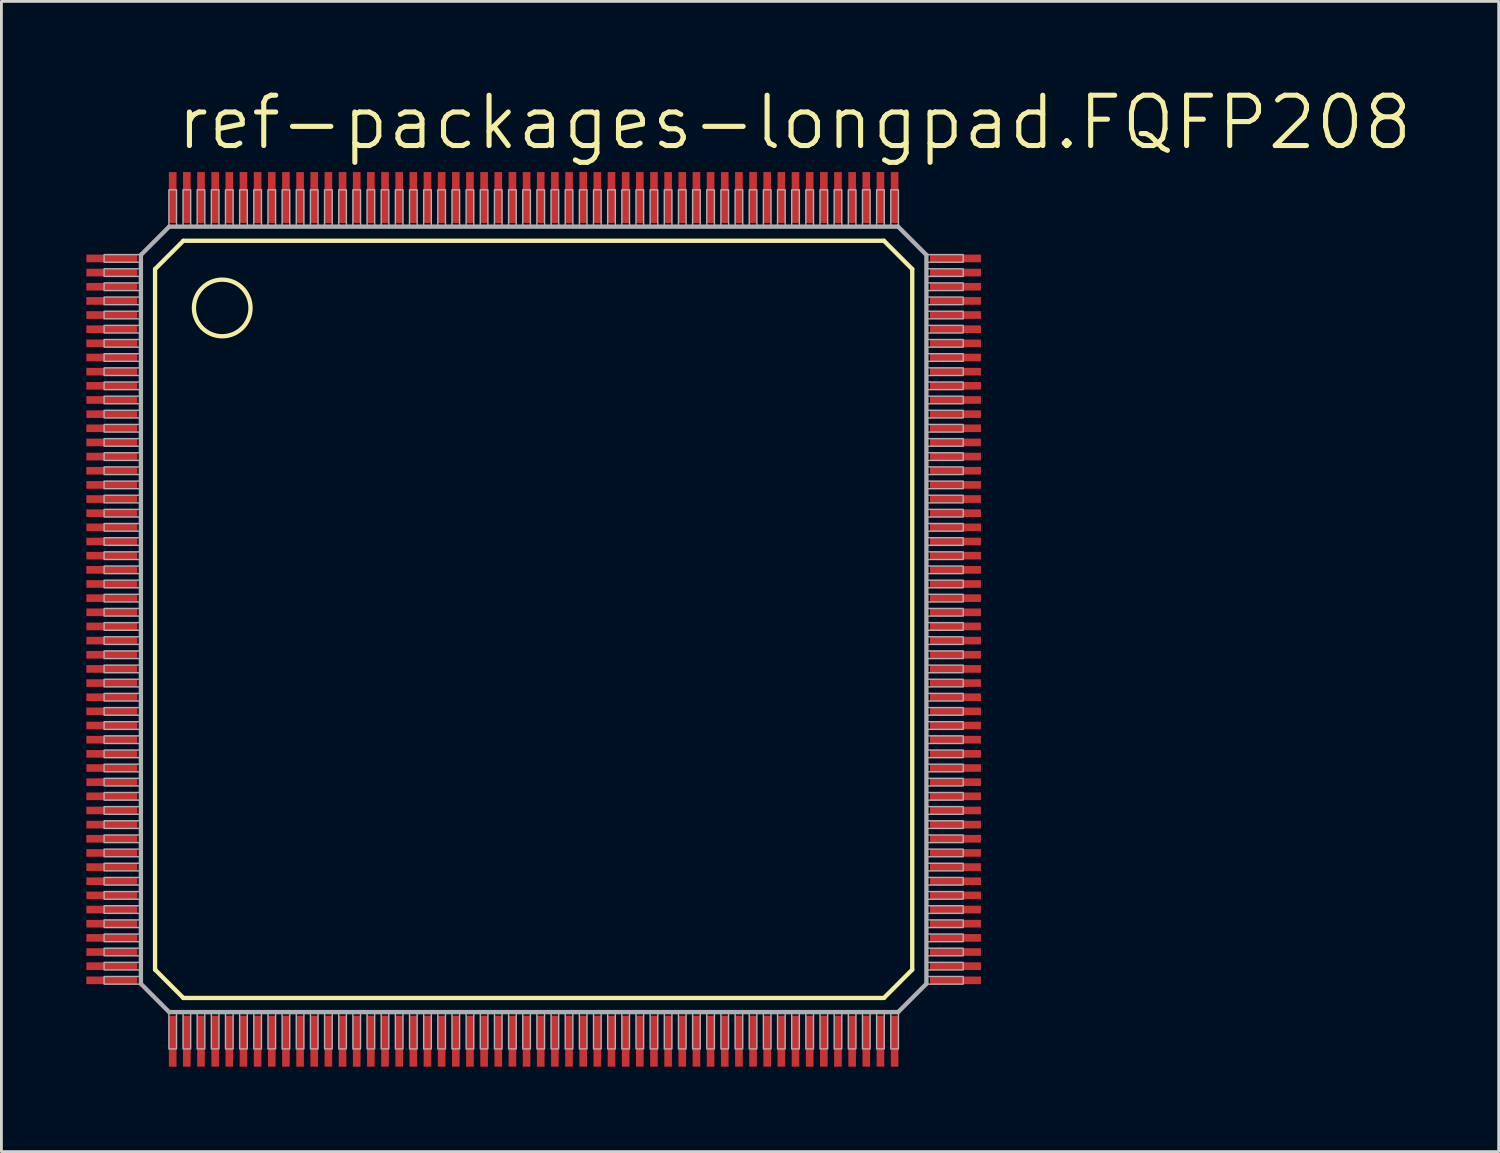
<source format=kicad_pcb>
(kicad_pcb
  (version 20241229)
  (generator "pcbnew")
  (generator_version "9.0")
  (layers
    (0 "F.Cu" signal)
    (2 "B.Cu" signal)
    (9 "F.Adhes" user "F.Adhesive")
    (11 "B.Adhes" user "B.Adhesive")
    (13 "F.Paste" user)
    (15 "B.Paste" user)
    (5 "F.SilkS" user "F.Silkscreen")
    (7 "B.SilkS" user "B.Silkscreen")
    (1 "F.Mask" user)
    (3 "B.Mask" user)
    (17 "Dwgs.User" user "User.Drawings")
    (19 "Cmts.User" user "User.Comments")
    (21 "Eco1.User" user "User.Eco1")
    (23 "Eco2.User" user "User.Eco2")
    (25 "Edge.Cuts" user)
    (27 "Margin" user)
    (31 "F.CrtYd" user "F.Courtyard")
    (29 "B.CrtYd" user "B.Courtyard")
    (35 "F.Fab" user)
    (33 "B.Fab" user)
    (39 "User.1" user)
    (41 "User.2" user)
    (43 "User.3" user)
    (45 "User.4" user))
  (footprint "ref-packages-longpad.FQFP208"
    (layer "F.Cu")
    (at 15.8 18.828)
    (property "Reference" "ref-packages-longpad.FQFP208" (at -12.7 -16.51 0) (layer "F.SilkS") (effects (font (size 1.778 1.778) (thickness 0.18)) (justify left bottom)))
    (attr smd)
    (fp_line (start -13.373 -12.373) (end -12.373 -13.373) (stroke (width 0.152) (type default)) (layer "F.SilkS"))
    (fp_line (start -13.373 12.373) (end -13.373 -12.373) (stroke (width 0.152) (type default)) (layer "F.SilkS"))
    (fp_line (start -12.373 -13.373) (end 12.373 -13.373) (stroke (width 0.152) (type default)) (layer "F.SilkS"))
    (fp_line (start -12.373 13.373) (end -13.373 12.373) (stroke (width 0.152) (type default)) (layer "F.SilkS"))
    (fp_line (start 12.373 -13.373) (end 13.373 -12.373) (stroke (width 0.152) (type default)) (layer "F.SilkS"))
    (fp_line (start 12.373 13.373) (end -12.373 13.373) (stroke (width 0.152) (type default)) (layer "F.SilkS"))
    (fp_line (start 13.373 -12.373) (end 13.373 12.373) (stroke (width 0.152) (type default)) (layer "F.SilkS"))
    (fp_line (start 13.373 12.373) (end 12.373 13.373) (stroke (width 0.152) (type default)) (layer "F.SilkS"))
    (fp_circle (center -11 -11) (end -10 -11) (stroke (width 0.152) (type default)) (fill no) (layer "F.SilkS"))
    (fp_line (start -13.873 -12.873) (end -12.873 -13.873) (stroke (width 0.152) (type default)) (layer "F.Fab"))
    (fp_line (start -13.873 12.873) (end -13.873 -12.873) (stroke (width 0.152) (type default)) (layer "F.Fab"))
    (fp_line (start -12.873 -13.873) (end 12.873 -13.873) (stroke (width 0.152) (type default)) (layer "F.Fab"))
    (fp_line (start -12.873 13.873) (end -13.873 12.873) (stroke (width 0.152) (type default)) (layer "F.Fab"))
    (fp_line (start 12.873 -13.873) (end 13.873 -12.873) (stroke (width 0.152) (type default)) (layer "F.Fab"))
    (fp_line (start 12.873 13.873) (end -12.873 13.873) (stroke (width 0.152) (type default)) (layer "F.Fab"))
    (fp_line (start 13.873 -12.873) (end 13.873 12.873) (stroke (width 0.152) (type default)) (layer "F.Fab"))
    (fp_line (start 13.873 12.873) (end 12.873 13.873) (stroke (width 0.152) (type default)) (layer "F.Fab"))
    (fp_rect (start -15.173 -12.615) (end -13.873 -12.885) (stroke (width 0.05) (type default)) (fill no) (layer "F.Fab"))
    (fp_rect (start -15.173 -12.115) (end -13.873 -12.385) (stroke (width 0.05) (type default)) (fill no) (layer "F.Fab"))
    (fp_rect (start -15.173 -11.615) (end -13.873 -11.885) (stroke (width 0.05) (type default)) (fill no) (layer "F.Fab"))
    (fp_rect (start -15.173 -11.115) (end -13.873 -11.385) (stroke (width 0.05) (type default)) (fill no) (layer "F.Fab"))
    (fp_rect (start -15.173 -10.615) (end -13.873 -10.885) (stroke (width 0.05) (type default)) (fill no) (layer "F.Fab"))
    (fp_rect (start -15.173 -10.115) (end -13.873 -10.385) (stroke (width 0.05) (type default)) (fill no) (layer "F.Fab"))
    (fp_rect (start -15.173 -9.615) (end -13.873 -9.885) (stroke (width 0.05) (type default)) (fill no) (layer "F.Fab"))
    (fp_rect (start -15.173 -9.115) (end -13.873 -9.385) (stroke (width 0.05) (type default)) (fill no) (layer "F.Fab"))
    (fp_rect (start -15.173 -8.615) (end -13.873 -8.885) (stroke (width 0.05) (type default)) (fill no) (layer "F.Fab"))
    (fp_rect (start -15.173 -8.115) (end -13.873 -8.385) (stroke (width 0.05) (type default)) (fill no) (layer "F.Fab"))
    (fp_rect (start -15.173 -7.615) (end -13.873 -7.885) (stroke (width 0.05) (type default)) (fill no) (layer "F.Fab"))
    (fp_rect (start -15.173 -7.115) (end -13.873 -7.385) (stroke (width 0.05) (type default)) (fill no) (layer "F.Fab"))
    (fp_rect (start -15.173 -6.615) (end -13.873 -6.885) (stroke (width 0.05) (type default)) (fill no) (layer "F.Fab"))
    (fp_rect (start -15.173 -6.115) (end -13.873 -6.385) (stroke (width 0.05) (type default)) (fill no) (layer "F.Fab"))
    (fp_rect (start -15.173 -5.615) (end -13.873 -5.885) (stroke (width 0.05) (type default)) (fill no) (layer "F.Fab"))
    (fp_rect (start -15.173 -5.115) (end -13.873 -5.385) (stroke (width 0.05) (type default)) (fill no) (layer "F.Fab"))
    (fp_rect (start -15.173 -4.615) (end -13.873 -4.885) (stroke (width 0.05) (type default)) (fill no) (layer "F.Fab"))
    (fp_rect (start -15.173 -4.115) (end -13.873 -4.385) (stroke (width 0.05) (type default)) (fill no) (layer "F.Fab"))
    (fp_rect (start -15.173 -3.615) (end -13.873 -3.885) (stroke (width 0.05) (type default)) (fill no) (layer "F.Fab"))
    (fp_rect (start -15.173 -3.115) (end -13.873 -3.385) (stroke (width 0.05) (type default)) (fill no) (layer "F.Fab"))
    (fp_rect (start -15.173 -2.615) (end -13.873 -2.885) (stroke (width 0.05) (type default)) (fill no) (layer "F.Fab"))
    (fp_rect (start -15.173 -2.115) (end -13.873 -2.385) (stroke (width 0.05) (type default)) (fill no) (layer "F.Fab"))
    (fp_rect (start -15.173 -1.615) (end -13.873 -1.885) (stroke (width 0.05) (type default)) (fill no) (layer "F.Fab"))
    (fp_rect (start -15.173 -1.115) (end -13.873 -1.385) (stroke (width 0.05) (type default)) (fill no) (layer "F.Fab"))
    (fp_rect (start -15.173 -0.615) (end -13.873 -0.885) (stroke (width 0.05) (type default)) (fill no) (layer "F.Fab"))
    (fp_rect (start -15.173 -0.115) (end -13.873 -0.385) (stroke (width 0.05) (type default)) (fill no) (layer "F.Fab"))
    (fp_rect (start -15.173 0.385) (end -13.873 0.115) (stroke (width 0.05) (type default)) (fill no) (layer "F.Fab"))
    (fp_rect (start -15.173 0.885) (end -13.873 0.615) (stroke (width 0.05) (type default)) (fill no) (layer "F.Fab"))
    (fp_rect (start -15.173 1.385) (end -13.873 1.115) (stroke (width 0.05) (type default)) (fill no) (layer "F.Fab"))
    (fp_rect (start -15.173 1.885) (end -13.873 1.615) (stroke (width 0.05) (type default)) (fill no) (layer "F.Fab"))
    (fp_rect (start -15.173 2.385) (end -13.873 2.115) (stroke (width 0.05) (type default)) (fill no) (layer "F.Fab"))
    (fp_rect (start -15.173 2.885) (end -13.873 2.615) (stroke (width 0.05) (type default)) (fill no) (layer "F.Fab"))
    (fp_rect (start -15.173 3.385) (end -13.873 3.115) (stroke (width 0.05) (type default)) (fill no) (layer "F.Fab"))
    (fp_rect (start -15.173 3.885) (end -13.873 3.615) (stroke (width 0.05) (type default)) (fill no) (layer "F.Fab"))
    (fp_rect (start -15.173 4.385) (end -13.873 4.115) (stroke (width 0.05) (type default)) (fill no) (layer "F.Fab"))
    (fp_rect (start -15.173 4.885) (end -13.873 4.615) (stroke (width 0.05) (type default)) (fill no) (layer "F.Fab"))
    (fp_rect (start -15.173 5.385) (end -13.873 5.115) (stroke (width 0.05) (type default)) (fill no) (layer "F.Fab"))
    (fp_rect (start -15.173 5.885) (end -13.873 5.615) (stroke (width 0.05) (type default)) (fill no) (layer "F.Fab"))
    (fp_rect (start -15.173 6.385) (end -13.873 6.115) (stroke (width 0.05) (type default)) (fill no) (layer "F.Fab"))
    (fp_rect (start -15.173 6.885) (end -13.873 6.615) (stroke (width 0.05) (type default)) (fill no) (layer "F.Fab"))
    (fp_rect (start -15.173 7.385) (end -13.873 7.115) (stroke (width 0.05) (type default)) (fill no) (layer "F.Fab"))
    (fp_rect (start -15.173 7.885) (end -13.873 7.615) (stroke (width 0.05) (type default)) (fill no) (layer "F.Fab"))
    (fp_rect (start -15.173 8.385) (end -13.873 8.115) (stroke (width 0.05) (type default)) (fill no) (layer "F.Fab"))
    (fp_rect (start -15.173 8.885) (end -13.873 8.615) (stroke (width 0.05) (type default)) (fill no) (layer "F.Fab"))
    (fp_rect (start -15.173 9.385) (end -13.873 9.115) (stroke (width 0.05) (type default)) (fill no) (layer "F.Fab"))
    (fp_rect (start -15.173 9.885) (end -13.873 9.615) (stroke (width 0.05) (type default)) (fill no) (layer "F.Fab"))
    (fp_rect (start -15.173 10.385) (end -13.873 10.115) (stroke (width 0.05) (type default)) (fill no) (layer "F.Fab"))
    (fp_rect (start -15.173 10.885) (end -13.873 10.615) (stroke (width 0.05) (type default)) (fill no) (layer "F.Fab"))
    (fp_rect (start -15.173 11.385) (end -13.873 11.115) (stroke (width 0.05) (type default)) (fill no) (layer "F.Fab"))
    (fp_rect (start -15.173 11.885) (end -13.873 11.615) (stroke (width 0.05) (type default)) (fill no) (layer "F.Fab"))
    (fp_rect (start -15.173 12.385) (end -13.873 12.115) (stroke (width 0.05) (type default)) (fill no) (layer "F.Fab"))
    (fp_rect (start -15.173 12.885) (end -13.873 12.615) (stroke (width 0.05) (type default)) (fill no) (layer "F.Fab"))
    (fp_rect (start -12.885 -13.873) (end -12.615 -15.173) (stroke (width 0.05) (type default)) (fill no) (layer "F.Fab"))
    (fp_rect (start -12.885 15.173) (end -12.615 13.873) (stroke (width 0.05) (type default)) (fill no) (layer "F.Fab"))
    (fp_rect (start -12.385 -13.873) (end -12.115 -15.173) (stroke (width 0.05) (type default)) (fill no) (layer "F.Fab"))
    (fp_rect (start -12.385 15.173) (end -12.115 13.873) (stroke (width 0.05) (type default)) (fill no) (layer "F.Fab"))
    (fp_rect (start -11.885 -13.873) (end -11.615 -15.173) (stroke (width 0.05) (type default)) (fill no) (layer "F.Fab"))
    (fp_rect (start -11.885 15.173) (end -11.615 13.873) (stroke (width 0.05) (type default)) (fill no) (layer "F.Fab"))
    (fp_rect (start -11.385 -13.873) (end -11.115 -15.173) (stroke (width 0.05) (type default)) (fill no) (layer "F.Fab"))
    (fp_rect (start -11.385 15.173) (end -11.115 13.873) (stroke (width 0.05) (type default)) (fill no) (layer "F.Fab"))
    (fp_rect (start -10.885 -13.873) (end -10.615 -15.173) (stroke (width 0.05) (type default)) (fill no) (layer "F.Fab"))
    (fp_rect (start -10.885 15.173) (end -10.615 13.873) (stroke (width 0.05) (type default)) (fill no) (layer "F.Fab"))
    (fp_rect (start -10.385 -13.873) (end -10.115 -15.173) (stroke (width 0.05) (type default)) (fill no) (layer "F.Fab"))
    (fp_rect (start -10.385 15.173) (end -10.115 13.873) (stroke (width 0.05) (type default)) (fill no) (layer "F.Fab"))
    (fp_rect (start -9.885 -13.873) (end -9.615 -15.173) (stroke (width 0.05) (type default)) (fill no) (layer "F.Fab"))
    (fp_rect (start -9.885 15.173) (end -9.615 13.873) (stroke (width 0.05) (type default)) (fill no) (layer "F.Fab"))
    (fp_rect (start -9.385 -13.873) (end -9.115 -15.173) (stroke (width 0.05) (type default)) (fill no) (layer "F.Fab"))
    (fp_rect (start -9.385 15.173) (end -9.115 13.873) (stroke (width 0.05) (type default)) (fill no) (layer "F.Fab"))
    (fp_rect (start -8.885 -13.873) (end -8.615 -15.173) (stroke (width 0.05) (type default)) (fill no) (layer "F.Fab"))
    (fp_rect (start -8.885 15.173) (end -8.615 13.873) (stroke (width 0.05) (type default)) (fill no) (layer "F.Fab"))
    (fp_rect (start -8.385 -13.873) (end -8.115 -15.173) (stroke (width 0.05) (type default)) (fill no) (layer "F.Fab"))
    (fp_rect (start -8.385 15.173) (end -8.115 13.873) (stroke (width 0.05) (type default)) (fill no) (layer "F.Fab"))
    (fp_rect (start -7.885 -13.873) (end -7.615 -15.173) (stroke (width 0.05) (type default)) (fill no) (layer "F.Fab"))
    (fp_rect (start -7.885 15.173) (end -7.615 13.873) (stroke (width 0.05) (type default)) (fill no) (layer "F.Fab"))
    (fp_rect (start -7.385 -13.873) (end -7.115 -15.173) (stroke (width 0.05) (type default)) (fill no) (layer "F.Fab"))
    (fp_rect (start -7.385 15.173) (end -7.115 13.873) (stroke (width 0.05) (type default)) (fill no) (layer "F.Fab"))
    (fp_rect (start -6.885 -13.873) (end -6.615 -15.173) (stroke (width 0.05) (type default)) (fill no) (layer "F.Fab"))
    (fp_rect (start -6.885 15.173) (end -6.615 13.873) (stroke (width 0.05) (type default)) (fill no) (layer "F.Fab"))
    (fp_rect (start -6.385 -13.873) (end -6.115 -15.173) (stroke (width 0.05) (type default)) (fill no) (layer "F.Fab"))
    (fp_rect (start -6.385 15.173) (end -6.115 13.873) (stroke (width 0.05) (type default)) (fill no) (layer "F.Fab"))
    (fp_rect (start -5.885 -13.873) (end -5.615 -15.173) (stroke (width 0.05) (type default)) (fill no) (layer "F.Fab"))
    (fp_rect (start -5.885 15.173) (end -5.615 13.873) (stroke (width 0.05) (type default)) (fill no) (layer "F.Fab"))
    (fp_rect (start -5.385 -13.873) (end -5.115 -15.173) (stroke (width 0.05) (type default)) (fill no) (layer "F.Fab"))
    (fp_rect (start -5.385 15.173) (end -5.115 13.873) (stroke (width 0.05) (type default)) (fill no) (layer "F.Fab"))
    (fp_rect (start -4.885 -13.873) (end -4.615 -15.173) (stroke (width 0.05) (type default)) (fill no) (layer "F.Fab"))
    (fp_rect (start -4.885 15.173) (end -4.615 13.873) (stroke (width 0.05) (type default)) (fill no) (layer "F.Fab"))
    (fp_rect (start -4.385 -13.873) (end -4.115 -15.173) (stroke (width 0.05) (type default)) (fill no) (layer "F.Fab"))
    (fp_rect (start -4.385 15.173) (end -4.115 13.873) (stroke (width 0.05) (type default)) (fill no) (layer "F.Fab"))
    (fp_rect (start -3.885 -13.873) (end -3.615 -15.173) (stroke (width 0.05) (type default)) (fill no) (layer "F.Fab"))
    (fp_rect (start -3.885 15.173) (end -3.615 13.873) (stroke (width 0.05) (type default)) (fill no) (layer "F.Fab"))
    (fp_rect (start -3.385 -13.873) (end -3.115 -15.173) (stroke (width 0.05) (type default)) (fill no) (layer "F.Fab"))
    (fp_rect (start -3.385 15.173) (end -3.115 13.873) (stroke (width 0.05) (type default)) (fill no) (layer "F.Fab"))
    (fp_rect (start -2.885 -13.873) (end -2.615 -15.173) (stroke (width 0.05) (type default)) (fill no) (layer "F.Fab"))
    (fp_rect (start -2.885 15.173) (end -2.615 13.873) (stroke (width 0.05) (type default)) (fill no) (layer "F.Fab"))
    (fp_rect (start -2.385 -13.873) (end -2.115 -15.173) (stroke (width 0.05) (type default)) (fill no) (layer "F.Fab"))
    (fp_rect (start -2.385 15.173) (end -2.115 13.873) (stroke (width 0.05) (type default)) (fill no) (layer "F.Fab"))
    (fp_rect (start -1.885 -13.873) (end -1.615 -15.173) (stroke (width 0.05) (type default)) (fill no) (layer "F.Fab"))
    (fp_rect (start -1.885 15.173) (end -1.615 13.873) (stroke (width 0.05) (type default)) (fill no) (layer "F.Fab"))
    (fp_rect (start -1.385 -13.873) (end -1.115 -15.173) (stroke (width 0.05) (type default)) (fill no) (layer "F.Fab"))
    (fp_rect (start -1.385 15.173) (end -1.115 13.873) (stroke (width 0.05) (type default)) (fill no) (layer "F.Fab"))
    (fp_rect (start -0.885 -13.873) (end -0.615 -15.173) (stroke (width 0.05) (type default)) (fill no) (layer "F.Fab"))
    (fp_rect (start -0.885 15.173) (end -0.615 13.873) (stroke (width 0.05) (type default)) (fill no) (layer "F.Fab"))
    (fp_rect (start -0.385 -13.873) (end -0.115 -15.173) (stroke (width 0.05) (type default)) (fill no) (layer "F.Fab"))
    (fp_rect (start -0.385 15.173) (end -0.115 13.873) (stroke (width 0.05) (type default)) (fill no) (layer "F.Fab"))
    (fp_rect (start 0.115 -13.873) (end 0.385 -15.173) (stroke (width 0.05) (type default)) (fill no) (layer "F.Fab"))
    (fp_rect (start 0.115 15.173) (end 0.385 13.873) (stroke (width 0.05) (type default)) (fill no) (layer "F.Fab"))
    (fp_rect (start 0.615 -13.873) (end 0.885 -15.173) (stroke (width 0.05) (type default)) (fill no) (layer "F.Fab"))
    (fp_rect (start 0.615 15.173) (end 0.885 13.873) (stroke (width 0.05) (type default)) (fill no) (layer "F.Fab"))
    (fp_rect (start 1.115 -13.873) (end 1.385 -15.173) (stroke (width 0.05) (type default)) (fill no) (layer "F.Fab"))
    (fp_rect (start 1.115 15.173) (end 1.385 13.873) (stroke (width 0.05) (type default)) (fill no) (layer "F.Fab"))
    (fp_rect (start 1.615 -13.873) (end 1.885 -15.173) (stroke (width 0.05) (type default)) (fill no) (layer "F.Fab"))
    (fp_rect (start 1.615 15.173) (end 1.885 13.873) (stroke (width 0.05) (type default)) (fill no) (layer "F.Fab"))
    (fp_rect (start 2.115 -13.873) (end 2.385 -15.173) (stroke (width 0.05) (type default)) (fill no) (layer "F.Fab"))
    (fp_rect (start 2.115 15.173) (end 2.385 13.873) (stroke (width 0.05) (type default)) (fill no) (layer "F.Fab"))
    (fp_rect (start 2.615 -13.873) (end 2.885 -15.173) (stroke (width 0.05) (type default)) (fill no) (layer "F.Fab"))
    (fp_rect (start 2.615 15.173) (end 2.885 13.873) (stroke (width 0.05) (type default)) (fill no) (layer "F.Fab"))
    (fp_rect (start 3.115 -13.873) (end 3.385 -15.173) (stroke (width 0.05) (type default)) (fill no) (layer "F.Fab"))
    (fp_rect (start 3.115 15.173) (end 3.385 13.873) (stroke (width 0.05) (type default)) (fill no) (layer "F.Fab"))
    (fp_rect (start 3.615 -13.873) (end 3.885 -15.173) (stroke (width 0.05) (type default)) (fill no) (layer "F.Fab"))
    (fp_rect (start 3.615 15.173) (end 3.885 13.873) (stroke (width 0.05) (type default)) (fill no) (layer "F.Fab"))
    (fp_rect (start 4.115 -13.873) (end 4.385 -15.173) (stroke (width 0.05) (type default)) (fill no) (layer "F.Fab"))
    (fp_rect (start 4.115 15.173) (end 4.385 13.873) (stroke (width 0.05) (type default)) (fill no) (layer "F.Fab"))
    (fp_rect (start 4.615 -13.873) (end 4.885 -15.173) (stroke (width 0.05) (type default)) (fill no) (layer "F.Fab"))
    (fp_rect (start 4.615 15.173) (end 4.885 13.873) (stroke (width 0.05) (type default)) (fill no) (layer "F.Fab"))
    (fp_rect (start 5.115 -13.873) (end 5.385 -15.173) (stroke (width 0.05) (type default)) (fill no) (layer "F.Fab"))
    (fp_rect (start 5.115 15.173) (end 5.385 13.873) (stroke (width 0.05) (type default)) (fill no) (layer "F.Fab"))
    (fp_rect (start 5.615 -13.873) (end 5.885 -15.173) (stroke (width 0.05) (type default)) (fill no) (layer "F.Fab"))
    (fp_rect (start 5.615 15.173) (end 5.885 13.873) (stroke (width 0.05) (type default)) (fill no) (layer "F.Fab"))
    (fp_rect (start 6.115 -13.873) (end 6.385 -15.173) (stroke (width 0.05) (type default)) (fill no) (layer "F.Fab"))
    (fp_rect (start 6.115 15.173) (end 6.385 13.873) (stroke (width 0.05) (type default)) (fill no) (layer "F.Fab"))
    (fp_rect (start 6.615 -13.873) (end 6.885 -15.173) (stroke (width 0.05) (type default)) (fill no) (layer "F.Fab"))
    (fp_rect (start 6.615 15.173) (end 6.885 13.873) (stroke (width 0.05) (type default)) (fill no) (layer "F.Fab"))
    (fp_rect (start 7.115 -13.873) (end 7.385 -15.173) (stroke (width 0.05) (type default)) (fill no) (layer "F.Fab"))
    (fp_rect (start 7.115 15.173) (end 7.385 13.873) (stroke (width 0.05) (type default)) (fill no) (layer "F.Fab"))
    (fp_rect (start 7.615 -13.873) (end 7.885 -15.173) (stroke (width 0.05) (type default)) (fill no) (layer "F.Fab"))
    (fp_rect (start 7.615 15.173) (end 7.885 13.873) (stroke (width 0.05) (type default)) (fill no) (layer "F.Fab"))
    (fp_rect (start 8.115 -13.873) (end 8.385 -15.173) (stroke (width 0.05) (type default)) (fill no) (layer "F.Fab"))
    (fp_rect (start 8.115 15.173) (end 8.385 13.873) (stroke (width 0.05) (type default)) (fill no) (layer "F.Fab"))
    (fp_rect (start 8.615 -13.873) (end 8.885 -15.173) (stroke (width 0.05) (type default)) (fill no) (layer "F.Fab"))
    (fp_rect (start 8.615 15.173) (end 8.885 13.873) (stroke (width 0.05) (type default)) (fill no) (layer "F.Fab"))
    (fp_rect (start 9.115 -13.873) (end 9.385 -15.173) (stroke (width 0.05) (type default)) (fill no) (layer "F.Fab"))
    (fp_rect (start 9.115 15.173) (end 9.385 13.873) (stroke (width 0.05) (type default)) (fill no) (layer "F.Fab"))
    (fp_rect (start 9.615 -13.873) (end 9.885 -15.173) (stroke (width 0.05) (type default)) (fill no) (layer "F.Fab"))
    (fp_rect (start 9.615 15.173) (end 9.885 13.873) (stroke (width 0.05) (type default)) (fill no) (layer "F.Fab"))
    (fp_rect (start 10.115 -13.873) (end 10.385 -15.173) (stroke (width 0.05) (type default)) (fill no) (layer "F.Fab"))
    (fp_rect (start 10.115 15.173) (end 10.385 13.873) (stroke (width 0.05) (type default)) (fill no) (layer "F.Fab"))
    (fp_rect (start 10.615 -13.873) (end 10.885 -15.173) (stroke (width 0.05) (type default)) (fill no) (layer "F.Fab"))
    (fp_rect (start 10.615 15.173) (end 10.885 13.873) (stroke (width 0.05) (type default)) (fill no) (layer "F.Fab"))
    (fp_rect (start 11.115 -13.873) (end 11.385 -15.173) (stroke (width 0.05) (type default)) (fill no) (layer "F.Fab"))
    (fp_rect (start 11.115 15.173) (end 11.385 13.873) (stroke (width 0.05) (type default)) (fill no) (layer "F.Fab"))
    (fp_rect (start 11.615 -13.873) (end 11.885 -15.173) (stroke (width 0.05) (type default)) (fill no) (layer "F.Fab"))
    (fp_rect (start 11.615 15.173) (end 11.885 13.873) (stroke (width 0.05) (type default)) (fill no) (layer "F.Fab"))
    (fp_rect (start 12.115 -13.873) (end 12.385 -15.173) (stroke (width 0.05) (type default)) (fill no) (layer "F.Fab"))
    (fp_rect (start 12.115 15.173) (end 12.385 13.873) (stroke (width 0.05) (type default)) (fill no) (layer "F.Fab"))
    (fp_rect (start 12.615 -13.873) (end 12.885 -15.173) (stroke (width 0.05) (type default)) (fill no) (layer "F.Fab"))
    (fp_rect (start 12.615 15.173) (end 12.885 13.873) (stroke (width 0.05) (type default)) (fill no) (layer "F.Fab"))
    (fp_rect (start 13.873 -12.615) (end 15.173 -12.885) (stroke (width 0.05) (type default)) (fill no) (layer "F.Fab"))
    (fp_rect (start 13.873 -12.115) (end 15.173 -12.385) (stroke (width 0.05) (type default)) (fill no) (layer "F.Fab"))
    (fp_rect (start 13.873 -11.615) (end 15.173 -11.885) (stroke (width 0.05) (type default)) (fill no) (layer "F.Fab"))
    (fp_rect (start 13.873 -11.115) (end 15.173 -11.385) (stroke (width 0.05) (type default)) (fill no) (layer "F.Fab"))
    (fp_rect (start 13.873 -10.615) (end 15.173 -10.885) (stroke (width 0.05) (type default)) (fill no) (layer "F.Fab"))
    (fp_rect (start 13.873 -10.115) (end 15.173 -10.385) (stroke (width 0.05) (type default)) (fill no) (layer "F.Fab"))
    (fp_rect (start 13.873 -9.615) (end 15.173 -9.885) (stroke (width 0.05) (type default)) (fill no) (layer "F.Fab"))
    (fp_rect (start 13.873 -9.115) (end 15.173 -9.385) (stroke (width 0.05) (type default)) (fill no) (layer "F.Fab"))
    (fp_rect (start 13.873 -8.615) (end 15.173 -8.885) (stroke (width 0.05) (type default)) (fill no) (layer "F.Fab"))
    (fp_rect (start 13.873 -8.115) (end 15.173 -8.385) (stroke (width 0.05) (type default)) (fill no) (layer "F.Fab"))
    (fp_rect (start 13.873 -7.615) (end 15.173 -7.885) (stroke (width 0.05) (type default)) (fill no) (layer "F.Fab"))
    (fp_rect (start 13.873 -7.115) (end 15.173 -7.385) (stroke (width 0.05) (type default)) (fill no) (layer "F.Fab"))
    (fp_rect (start 13.873 -6.615) (end 15.173 -6.885) (stroke (width 0.05) (type default)) (fill no) (layer "F.Fab"))
    (fp_rect (start 13.873 -6.115) (end 15.173 -6.385) (stroke (width 0.05) (type default)) (fill no) (layer "F.Fab"))
    (fp_rect (start 13.873 -5.615) (end 15.173 -5.885) (stroke (width 0.05) (type default)) (fill no) (layer "F.Fab"))
    (fp_rect (start 13.873 -5.115) (end 15.173 -5.385) (stroke (width 0.05) (type default)) (fill no) (layer "F.Fab"))
    (fp_rect (start 13.873 -4.615) (end 15.173 -4.885) (stroke (width 0.05) (type default)) (fill no) (layer "F.Fab"))
    (fp_rect (start 13.873 -4.115) (end 15.173 -4.385) (stroke (width 0.05) (type default)) (fill no) (layer "F.Fab"))
    (fp_rect (start 13.873 -3.615) (end 15.173 -3.885) (stroke (width 0.05) (type default)) (fill no) (layer "F.Fab"))
    (fp_rect (start 13.873 -3.115) (end 15.173 -3.385) (stroke (width 0.05) (type default)) (fill no) (layer "F.Fab"))
    (fp_rect (start 13.873 -2.615) (end 15.173 -2.885) (stroke (width 0.05) (type default)) (fill no) (layer "F.Fab"))
    (fp_rect (start 13.873 -2.115) (end 15.173 -2.385) (stroke (width 0.05) (type default)) (fill no) (layer "F.Fab"))
    (fp_rect (start 13.873 -1.615) (end 15.173 -1.885) (stroke (width 0.05) (type default)) (fill no) (layer "F.Fab"))
    (fp_rect (start 13.873 -1.115) (end 15.173 -1.385) (stroke (width 0.05) (type default)) (fill no) (layer "F.Fab"))
    (fp_rect (start 13.873 -0.615) (end 15.173 -0.885) (stroke (width 0.05) (type default)) (fill no) (layer "F.Fab"))
    (fp_rect (start 13.873 -0.115) (end 15.173 -0.385) (stroke (width 0.05) (type default)) (fill no) (layer "F.Fab"))
    (fp_rect (start 13.873 0.385) (end 15.173 0.115) (stroke (width 0.05) (type default)) (fill no) (layer "F.Fab"))
    (fp_rect (start 13.873 0.885) (end 15.173 0.615) (stroke (width 0.05) (type default)) (fill no) (layer "F.Fab"))
    (fp_rect (start 13.873 1.385) (end 15.173 1.115) (stroke (width 0.05) (type default)) (fill no) (layer "F.Fab"))
    (fp_rect (start 13.873 1.885) (end 15.173 1.615) (stroke (width 0.05) (type default)) (fill no) (layer "F.Fab"))
    (fp_rect (start 13.873 2.385) (end 15.173 2.115) (stroke (width 0.05) (type default)) (fill no) (layer "F.Fab"))
    (fp_rect (start 13.873 2.885) (end 15.173 2.615) (stroke (width 0.05) (type default)) (fill no) (layer "F.Fab"))
    (fp_rect (start 13.873 3.385) (end 15.173 3.115) (stroke (width 0.05) (type default)) (fill no) (layer "F.Fab"))
    (fp_rect (start 13.873 3.885) (end 15.173 3.615) (stroke (width 0.05) (type default)) (fill no) (layer "F.Fab"))
    (fp_rect (start 13.873 4.385) (end 15.173 4.115) (stroke (width 0.05) (type default)) (fill no) (layer "F.Fab"))
    (fp_rect (start 13.873 4.885) (end 15.173 4.615) (stroke (width 0.05) (type default)) (fill no) (layer "F.Fab"))
    (fp_rect (start 13.873 5.385) (end 15.173 5.115) (stroke (width 0.05) (type default)) (fill no) (layer "F.Fab"))
    (fp_rect (start 13.873 5.885) (end 15.173 5.615) (stroke (width 0.05) (type default)) (fill no) (layer "F.Fab"))
    (fp_rect (start 13.873 6.385) (end 15.173 6.115) (stroke (width 0.05) (type default)) (fill no) (layer "F.Fab"))
    (fp_rect (start 13.873 6.885) (end 15.173 6.615) (stroke (width 0.05) (type default)) (fill no) (layer "F.Fab"))
    (fp_rect (start 13.873 7.385) (end 15.173 7.115) (stroke (width 0.05) (type default)) (fill no) (layer "F.Fab"))
    (fp_rect (start 13.873 7.885) (end 15.173 7.615) (stroke (width 0.05) (type default)) (fill no) (layer "F.Fab"))
    (fp_rect (start 13.873 8.385) (end 15.173 8.115) (stroke (width 0.05) (type default)) (fill no) (layer "F.Fab"))
    (fp_rect (start 13.873 8.885) (end 15.173 8.615) (stroke (width 0.05) (type default)) (fill no) (layer "F.Fab"))
    (fp_rect (start 13.873 9.385) (end 15.173 9.115) (stroke (width 0.05) (type default)) (fill no) (layer "F.Fab"))
    (fp_rect (start 13.873 9.885) (end 15.173 9.615) (stroke (width 0.05) (type default)) (fill no) (layer "F.Fab"))
    (fp_rect (start 13.873 10.385) (end 15.173 10.115) (stroke (width 0.05) (type default)) (fill no) (layer "F.Fab"))
    (fp_rect (start 13.873 10.885) (end 15.173 10.615) (stroke (width 0.05) (type default)) (fill no) (layer "F.Fab"))
    (fp_rect (start 13.873 11.385) (end 15.173 11.115) (stroke (width 0.05) (type default)) (fill no) (layer "F.Fab"))
    (fp_rect (start 13.873 11.885) (end 15.173 11.615) (stroke (width 0.05) (type default)) (fill no) (layer "F.Fab"))
    (fp_rect (start 13.873 12.385) (end 15.173 12.115) (stroke (width 0.05) (type default)) (fill no) (layer "F.Fab"))
    (fp_rect (start 13.873 12.885) (end 15.173 12.615) (stroke (width 0.05) (type default)) (fill no) (layer "F.Fab"))
    (pad "1" smd roundrect (at -14.9 -12.75) (size 1.8 0.27) (layers "F.Cu" "F.Mask" "F.Paste") (roundrect_rratio 0.01))
    (pad "2" smd roundrect (at -14.9 -12.25) (size 1.8 0.27) (layers "F.Cu" "F.Mask" "F.Paste") (roundrect_rratio 0.01))
    (pad "3" smd roundrect (at -14.9 -11.75) (size 1.8 0.27) (layers "F.Cu" "F.Mask" "F.Paste") (roundrect_rratio 0.01))
    (pad "4" smd roundrect (at -14.9 -11.25) (size 1.8 0.27) (layers "F.Cu" "F.Mask" "F.Paste") (roundrect_rratio 0.01))
    (pad "5" smd roundrect (at -14.9 -10.75) (size 1.8 0.27) (layers "F.Cu" "F.Mask" "F.Paste") (roundrect_rratio 0.01))
    (pad "6" smd roundrect (at -14.9 -10.25) (size 1.8 0.27) (layers "F.Cu" "F.Mask" "F.Paste") (roundrect_rratio 0.01))
    (pad "7" smd roundrect (at -14.9 -9.75) (size 1.8 0.27) (layers "F.Cu" "F.Mask" "F.Paste") (roundrect_rratio 0.01))
    (pad "8" smd roundrect (at -14.9 -9.25) (size 1.8 0.27) (layers "F.Cu" "F.Mask" "F.Paste") (roundrect_rratio 0.01))
    (pad "9" smd roundrect (at -14.9 -8.75) (size 1.8 0.27) (layers "F.Cu" "F.Mask" "F.Paste") (roundrect_rratio 0.01))
    (pad "10" smd roundrect (at -14.9 -8.25) (size 1.8 0.27) (layers "F.Cu" "F.Mask" "F.Paste") (roundrect_rratio 0.01))
    (pad "11" smd roundrect (at -14.9 -7.75) (size 1.8 0.27) (layers "F.Cu" "F.Mask" "F.Paste") (roundrect_rratio 0.01))
    (pad "12" smd roundrect (at -14.9 -7.25) (size 1.8 0.27) (layers "F.Cu" "F.Mask" "F.Paste") (roundrect_rratio 0.01))
    (pad "13" smd roundrect (at -14.9 -6.75) (size 1.8 0.27) (layers "F.Cu" "F.Mask" "F.Paste") (roundrect_rratio 0.01))
    (pad "14" smd roundrect (at -14.9 -6.25) (size 1.8 0.27) (layers "F.Cu" "F.Mask" "F.Paste") (roundrect_rratio 0.01))
    (pad "15" smd roundrect (at -14.9 -5.75) (size 1.8 0.27) (layers "F.Cu" "F.Mask" "F.Paste") (roundrect_rratio 0.01))
    (pad "16" smd roundrect (at -14.9 -5.25) (size 1.8 0.27) (layers "F.Cu" "F.Mask" "F.Paste") (roundrect_rratio 0.01))
    (pad "17" smd roundrect (at -14.9 -4.75) (size 1.8 0.27) (layers "F.Cu" "F.Mask" "F.Paste") (roundrect_rratio 0.01))
    (pad "18" smd roundrect (at -14.9 -4.25) (size 1.8 0.27) (layers "F.Cu" "F.Mask" "F.Paste") (roundrect_rratio 0.01))
    (pad "19" smd roundrect (at -14.9 -3.75) (size 1.8 0.27) (layers "F.Cu" "F.Mask" "F.Paste") (roundrect_rratio 0.01))
    (pad "20" smd roundrect (at -14.9 -3.25) (size 1.8 0.27) (layers "F.Cu" "F.Mask" "F.Paste") (roundrect_rratio 0.01))
    (pad "21" smd roundrect (at -14.9 -2.75) (size 1.8 0.27) (layers "F.Cu" "F.Mask" "F.Paste") (roundrect_rratio 0.01))
    (pad "22" smd roundrect (at -14.9 -2.25) (size 1.8 0.27) (layers "F.Cu" "F.Mask" "F.Paste") (roundrect_rratio 0.01))
    (pad "23" smd roundrect (at -14.9 -1.75) (size 1.8 0.27) (layers "F.Cu" "F.Mask" "F.Paste") (roundrect_rratio 0.01))
    (pad "24" smd roundrect (at -14.9 -1.25) (size 1.8 0.27) (layers "F.Cu" "F.Mask" "F.Paste") (roundrect_rratio 0.01))
    (pad "25" smd roundrect (at -14.9 -0.75) (size 1.8 0.27) (layers "F.Cu" "F.Mask" "F.Paste") (roundrect_rratio 0.01))
    (pad "26" smd roundrect (at -14.9 -0.25) (size 1.8 0.27) (layers "F.Cu" "F.Mask" "F.Paste") (roundrect_rratio 0.01))
    (pad "27" smd roundrect (at -14.9 0.25) (size 1.8 0.27) (layers "F.Cu" "F.Mask" "F.Paste") (roundrect_rratio 0.01))
    (pad "28" smd roundrect (at -14.9 0.75) (size 1.8 0.27) (layers "F.Cu" "F.Mask" "F.Paste") (roundrect_rratio 0.01))
    (pad "29" smd roundrect (at -14.9 1.25) (size 1.8 0.27) (layers "F.Cu" "F.Mask" "F.Paste") (roundrect_rratio 0.01))
    (pad "30" smd roundrect (at -14.9 1.75) (size 1.8 0.27) (layers "F.Cu" "F.Mask" "F.Paste") (roundrect_rratio 0.01))
    (pad "31" smd roundrect (at -14.9 2.25) (size 1.8 0.27) (layers "F.Cu" "F.Mask" "F.Paste") (roundrect_rratio 0.01))
    (pad "32" smd roundrect (at -14.9 2.75) (size 1.8 0.27) (layers "F.Cu" "F.Mask" "F.Paste") (roundrect_rratio 0.01))
    (pad "33" smd roundrect (at -14.9 3.25) (size 1.8 0.27) (layers "F.Cu" "F.Mask" "F.Paste") (roundrect_rratio 0.01))
    (pad "34" smd roundrect (at -14.9 3.75) (size 1.8 0.27) (layers "F.Cu" "F.Mask" "F.Paste") (roundrect_rratio 0.01))
    (pad "35" smd roundrect (at -14.9 4.25) (size 1.8 0.27) (layers "F.Cu" "F.Mask" "F.Paste") (roundrect_rratio 0.01))
    (pad "36" smd roundrect (at -14.9 4.75) (size 1.8 0.27) (layers "F.Cu" "F.Mask" "F.Paste") (roundrect_rratio 0.01))
    (pad "37" smd roundrect (at -14.9 5.25) (size 1.8 0.27) (layers "F.Cu" "F.Mask" "F.Paste") (roundrect_rratio 0.01))
    (pad "38" smd roundrect (at -14.9 5.75) (size 1.8 0.27) (layers "F.Cu" "F.Mask" "F.Paste") (roundrect_rratio 0.01))
    (pad "39" smd roundrect (at -14.9 6.25) (size 1.8 0.27) (layers "F.Cu" "F.Mask" "F.Paste") (roundrect_rratio 0.01))
    (pad "40" smd roundrect (at -14.9 6.75) (size 1.8 0.27) (layers "F.Cu" "F.Mask" "F.Paste") (roundrect_rratio 0.01))
    (pad "41" smd roundrect (at -14.9 7.25) (size 1.8 0.27) (layers "F.Cu" "F.Mask" "F.Paste") (roundrect_rratio 0.01))
    (pad "42" smd roundrect (at -14.9 7.75) (size 1.8 0.27) (layers "F.Cu" "F.Mask" "F.Paste") (roundrect_rratio 0.01))
    (pad "43" smd roundrect (at -14.9 8.25) (size 1.8 0.27) (layers "F.Cu" "F.Mask" "F.Paste") (roundrect_rratio 0.01))
    (pad "44" smd roundrect (at -14.9 8.75) (size 1.8 0.27) (layers "F.Cu" "F.Mask" "F.Paste") (roundrect_rratio 0.01))
    (pad "45" smd roundrect (at -14.9 9.25) (size 1.8 0.27) (layers "F.Cu" "F.Mask" "F.Paste") (roundrect_rratio 0.01))
    (pad "46" smd roundrect (at -14.9 9.75) (size 1.8 0.27) (layers "F.Cu" "F.Mask" "F.Paste") (roundrect_rratio 0.01))
    (pad "47" smd roundrect (at -14.9 10.25) (size 1.8 0.27) (layers "F.Cu" "F.Mask" "F.Paste") (roundrect_rratio 0.01))
    (pad "48" smd roundrect (at -14.9 10.75) (size 1.8 0.27) (layers "F.Cu" "F.Mask" "F.Paste") (roundrect_rratio 0.01))
    (pad "49" smd roundrect (at -14.9 11.25) (size 1.8 0.27) (layers "F.Cu" "F.Mask" "F.Paste") (roundrect_rratio 0.01))
    (pad "50" smd roundrect (at -14.9 11.75) (size 1.8 0.27) (layers "F.Cu" "F.Mask" "F.Paste") (roundrect_rratio 0.01))
    (pad "51" smd roundrect (at -14.9 12.25) (size 1.8 0.27) (layers "F.Cu" "F.Mask" "F.Paste") (roundrect_rratio 0.01))
    (pad "52" smd roundrect (at -14.9 12.75) (size 1.8 0.27) (layers "F.Cu" "F.Mask" "F.Paste") (roundrect_rratio 0.01))
    (pad "53" smd roundrect (at -12.75 14.9) (size 0.27 1.8) (layers "F.Cu" "F.Mask" "F.Paste") (roundrect_rratio 0.01))
    (pad "54" smd roundrect (at -12.25 14.9) (size 0.27 1.8) (layers "F.Cu" "F.Mask" "F.Paste") (roundrect_rratio 0.01))
    (pad "55" smd roundrect (at -11.75 14.9) (size 0.27 1.8) (layers "F.Cu" "F.Mask" "F.Paste") (roundrect_rratio 0.01))
    (pad "56" smd roundrect (at -11.25 14.9) (size 0.27 1.8) (layers "F.Cu" "F.Mask" "F.Paste") (roundrect_rratio 0.01))
    (pad "57" smd roundrect (at -10.75 14.9) (size 0.27 1.8) (layers "F.Cu" "F.Mask" "F.Paste") (roundrect_rratio 0.01))
    (pad "58" smd roundrect (at -10.25 14.9) (size 0.27 1.8) (layers "F.Cu" "F.Mask" "F.Paste") (roundrect_rratio 0.01))
    (pad "59" smd roundrect (at -9.75 14.9) (size 0.27 1.8) (layers "F.Cu" "F.Mask" "F.Paste") (roundrect_rratio 0.01))
    (pad "60" smd roundrect (at -9.25 14.9) (size 0.27 1.8) (layers "F.Cu" "F.Mask" "F.Paste") (roundrect_rratio 0.01))
    (pad "61" smd roundrect (at -8.75 14.9) (size 0.27 1.8) (layers "F.Cu" "F.Mask" "F.Paste") (roundrect_rratio 0.01))
    (pad "62" smd roundrect (at -8.25 14.9) (size 0.27 1.8) (layers "F.Cu" "F.Mask" "F.Paste") (roundrect_rratio 0.01))
    (pad "63" smd roundrect (at -7.75 14.9) (size 0.27 1.8) (layers "F.Cu" "F.Mask" "F.Paste") (roundrect_rratio 0.01))
    (pad "64" smd roundrect (at -7.25 14.9) (size 0.27 1.8) (layers "F.Cu" "F.Mask" "F.Paste") (roundrect_rratio 0.01))
    (pad "65" smd roundrect (at -6.75 14.9) (size 0.27 1.8) (layers "F.Cu" "F.Mask" "F.Paste") (roundrect_rratio 0.01))
    (pad "66" smd roundrect (at -6.25 14.9) (size 0.27 1.8) (layers "F.Cu" "F.Mask" "F.Paste") (roundrect_rratio 0.01))
    (pad "67" smd roundrect (at -5.75 14.9) (size 0.27 1.8) (layers "F.Cu" "F.Mask" "F.Paste") (roundrect_rratio 0.01))
    (pad "68" smd roundrect (at -5.25 14.9) (size 0.27 1.8) (layers "F.Cu" "F.Mask" "F.Paste") (roundrect_rratio 0.01))
    (pad "69" smd roundrect (at -4.75 14.9) (size 0.27 1.8) (layers "F.Cu" "F.Mask" "F.Paste") (roundrect_rratio 0.01))
    (pad "70" smd roundrect (at -4.25 14.9) (size 0.27 1.8) (layers "F.Cu" "F.Mask" "F.Paste") (roundrect_rratio 0.01))
    (pad "71" smd roundrect (at -3.75 14.9) (size 0.27 1.8) (layers "F.Cu" "F.Mask" "F.Paste") (roundrect_rratio 0.01))
    (pad "72" smd roundrect (at -3.25 14.9) (size 0.27 1.8) (layers "F.Cu" "F.Mask" "F.Paste") (roundrect_rratio 0.01))
    (pad "73" smd roundrect (at -2.75 14.9) (size 0.27 1.8) (layers "F.Cu" "F.Mask" "F.Paste") (roundrect_rratio 0.01))
    (pad "74" smd roundrect (at -2.25 14.9) (size 0.27 1.8) (layers "F.Cu" "F.Mask" "F.Paste") (roundrect_rratio 0.01))
    (pad "75" smd roundrect (at -1.75 14.9) (size 0.27 1.8) (layers "F.Cu" "F.Mask" "F.Paste") (roundrect_rratio 0.01))
    (pad "76" smd roundrect (at -1.25 14.9) (size 0.27 1.8) (layers "F.Cu" "F.Mask" "F.Paste") (roundrect_rratio 0.01))
    (pad "77" smd roundrect (at -0.75 14.9) (size 0.27 1.8) (layers "F.Cu" "F.Mask" "F.Paste") (roundrect_rratio 0.01))
    (pad "78" smd roundrect (at -0.25 14.9) (size 0.27 1.8) (layers "F.Cu" "F.Mask" "F.Paste") (roundrect_rratio 0.01))
    (pad "79" smd roundrect (at 0.25 14.9) (size 0.27 1.8) (layers "F.Cu" "F.Mask" "F.Paste") (roundrect_rratio 0.01))
    (pad "80" smd roundrect (at 0.75 14.9) (size 0.27 1.8) (layers "F.Cu" "F.Mask" "F.Paste") (roundrect_rratio 0.01))
    (pad "81" smd roundrect (at 1.25 14.9) (size 0.27 1.8) (layers "F.Cu" "F.Mask" "F.Paste") (roundrect_rratio 0.01))
    (pad "82" smd roundrect (at 1.75 14.9) (size 0.27 1.8) (layers "F.Cu" "F.Mask" "F.Paste") (roundrect_rratio 0.01))
    (pad "83" smd roundrect (at 2.25 14.9) (size 0.27 1.8) (layers "F.Cu" "F.Mask" "F.Paste") (roundrect_rratio 0.01))
    (pad "84" smd roundrect (at 2.75 14.9) (size 0.27 1.8) (layers "F.Cu" "F.Mask" "F.Paste") (roundrect_rratio 0.01))
    (pad "85" smd roundrect (at 3.25 14.9) (size 0.27 1.8) (layers "F.Cu" "F.Mask" "F.Paste") (roundrect_rratio 0.01))
    (pad "86" smd roundrect (at 3.75 14.9) (size 0.27 1.8) (layers "F.Cu" "F.Mask" "F.Paste") (roundrect_rratio 0.01))
    (pad "87" smd roundrect (at 4.25 14.9) (size 0.27 1.8) (layers "F.Cu" "F.Mask" "F.Paste") (roundrect_rratio 0.01))
    (pad "88" smd roundrect (at 4.75 14.9) (size 0.27 1.8) (layers "F.Cu" "F.Mask" "F.Paste") (roundrect_rratio 0.01))
    (pad "89" smd roundrect (at 5.25 14.9) (size 0.27 1.8) (layers "F.Cu" "F.Mask" "F.Paste") (roundrect_rratio 0.01))
    (pad "90" smd roundrect (at 5.75 14.9) (size 0.27 1.8) (layers "F.Cu" "F.Mask" "F.Paste") (roundrect_rratio 0.01))
    (pad "91" smd roundrect (at 6.25 14.9) (size 0.27 1.8) (layers "F.Cu" "F.Mask" "F.Paste") (roundrect_rratio 0.01))
    (pad "92" smd roundrect (at 6.75 14.9) (size 0.27 1.8) (layers "F.Cu" "F.Mask" "F.Paste") (roundrect_rratio 0.01))
    (pad "93" smd roundrect (at 7.25 14.9) (size 0.27 1.8) (layers "F.Cu" "F.Mask" "F.Paste") (roundrect_rratio 0.01))
    (pad "94" smd roundrect (at 7.75 14.9) (size 0.27 1.8) (layers "F.Cu" "F.Mask" "F.Paste") (roundrect_rratio 0.01))
    (pad "95" smd roundrect (at 8.25 14.9) (size 0.27 1.8) (layers "F.Cu" "F.Mask" "F.Paste") (roundrect_rratio 0.01))
    (pad "96" smd roundrect (at 8.75 14.9) (size 0.27 1.8) (layers "F.Cu" "F.Mask" "F.Paste") (roundrect_rratio 0.01))
    (pad "97" smd roundrect (at 9.25 14.9) (size 0.27 1.8) (layers "F.Cu" "F.Mask" "F.Paste") (roundrect_rratio 0.01))
    (pad "98" smd roundrect (at 9.75 14.9) (size 0.27 1.8) (layers "F.Cu" "F.Mask" "F.Paste") (roundrect_rratio 0.01))
    (pad "99" smd roundrect (at 10.25 14.9) (size 0.27 1.8) (layers "F.Cu" "F.Mask" "F.Paste") (roundrect_rratio 0.01))
    (pad "100" smd roundrect (at 10.75 14.9) (size 0.27 1.8) (layers "F.Cu" "F.Mask" "F.Paste") (roundrect_rratio 0.01))
    (pad "101" smd roundrect (at 11.25 14.9) (size 0.27 1.8) (layers "F.Cu" "F.Mask" "F.Paste") (roundrect_rratio 0.01))
    (pad "102" smd roundrect (at 11.75 14.9) (size 0.27 1.8) (layers "F.Cu" "F.Mask" "F.Paste") (roundrect_rratio 0.01))
    (pad "103" smd roundrect (at 12.25 14.9) (size 0.27 1.8) (layers "F.Cu" "F.Mask" "F.Paste") (roundrect_rratio 0.01))
    (pad "104" smd roundrect (at 12.75 14.9) (size 0.27 1.8) (layers "F.Cu" "F.Mask" "F.Paste") (roundrect_rratio 0.01))
    (pad "105" smd roundrect (at 14.9 12.75) (size 1.8 0.27) (layers "F.Cu" "F.Mask" "F.Paste") (roundrect_rratio 0.01))
    (pad "106" smd roundrect (at 14.9 12.25) (size 1.8 0.27) (layers "F.Cu" "F.Mask" "F.Paste") (roundrect_rratio 0.01))
    (pad "107" smd roundrect (at 14.9 11.75) (size 1.8 0.27) (layers "F.Cu" "F.Mask" "F.Paste") (roundrect_rratio 0.01))
    (pad "108" smd roundrect (at 14.9 11.25) (size 1.8 0.27) (layers "F.Cu" "F.Mask" "F.Paste") (roundrect_rratio 0.01))
    (pad "109" smd roundrect (at 14.9 10.75) (size 1.8 0.27) (layers "F.Cu" "F.Mask" "F.Paste") (roundrect_rratio 0.01))
    (pad "110" smd roundrect (at 14.9 10.25) (size 1.8 0.27) (layers "F.Cu" "F.Mask" "F.Paste") (roundrect_rratio 0.01))
    (pad "111" smd roundrect (at 14.9 9.75) (size 1.8 0.27) (layers "F.Cu" "F.Mask" "F.Paste") (roundrect_rratio 0.01))
    (pad "112" smd roundrect (at 14.9 9.25) (size 1.8 0.27) (layers "F.Cu" "F.Mask" "F.Paste") (roundrect_rratio 0.01))
    (pad "113" smd roundrect (at 14.9 8.75) (size 1.8 0.27) (layers "F.Cu" "F.Mask" "F.Paste") (roundrect_rratio 0.01))
    (pad "114" smd roundrect (at 14.9 8.25) (size 1.8 0.27) (layers "F.Cu" "F.Mask" "F.Paste") (roundrect_rratio 0.01))
    (pad "115" smd roundrect (at 14.9 7.75) (size 1.8 0.27) (layers "F.Cu" "F.Mask" "F.Paste") (roundrect_rratio 0.01))
    (pad "116" smd roundrect (at 14.9 7.25) (size 1.8 0.27) (layers "F.Cu" "F.Mask" "F.Paste") (roundrect_rratio 0.01))
    (pad "117" smd roundrect (at 14.9 6.75) (size 1.8 0.27) (layers "F.Cu" "F.Mask" "F.Paste") (roundrect_rratio 0.01))
    (pad "118" smd roundrect (at 14.9 6.25) (size 1.8 0.27) (layers "F.Cu" "F.Mask" "F.Paste") (roundrect_rratio 0.01))
    (pad "119" smd roundrect (at 14.9 5.75) (size 1.8 0.27) (layers "F.Cu" "F.Mask" "F.Paste") (roundrect_rratio 0.01))
    (pad "120" smd roundrect (at 14.9 5.25) (size 1.8 0.27) (layers "F.Cu" "F.Mask" "F.Paste") (roundrect_rratio 0.01))
    (pad "121" smd roundrect (at 14.9 4.75) (size 1.8 0.27) (layers "F.Cu" "F.Mask" "F.Paste") (roundrect_rratio 0.01))
    (pad "122" smd roundrect (at 14.9 4.25) (size 1.8 0.27) (layers "F.Cu" "F.Mask" "F.Paste") (roundrect_rratio 0.01))
    (pad "123" smd roundrect (at 14.9 3.75) (size 1.8 0.27) (layers "F.Cu" "F.Mask" "F.Paste") (roundrect_rratio 0.01))
    (pad "124" smd roundrect (at 14.9 3.25) (size 1.8 0.27) (layers "F.Cu" "F.Mask" "F.Paste") (roundrect_rratio 0.01))
    (pad "125" smd roundrect (at 14.9 2.75) (size 1.8 0.27) (layers "F.Cu" "F.Mask" "F.Paste") (roundrect_rratio 0.01))
    (pad "126" smd roundrect (at 14.9 2.25) (size 1.8 0.27) (layers "F.Cu" "F.Mask" "F.Paste") (roundrect_rratio 0.01))
    (pad "127" smd roundrect (at 14.9 1.75) (size 1.8 0.27) (layers "F.Cu" "F.Mask" "F.Paste") (roundrect_rratio 0.01))
    (pad "128" smd roundrect (at 14.9 1.25) (size 1.8 0.27) (layers "F.Cu" "F.Mask" "F.Paste") (roundrect_rratio 0.01))
    (pad "129" smd roundrect (at 14.9 0.75) (size 1.8 0.27) (layers "F.Cu" "F.Mask" "F.Paste") (roundrect_rratio 0.01))
    (pad "130" smd roundrect (at 14.9 0.25) (size 1.8 0.27) (layers "F.Cu" "F.Mask" "F.Paste") (roundrect_rratio 0.01))
    (pad "131" smd roundrect (at 14.9 -0.25) (size 1.8 0.27) (layers "F.Cu" "F.Mask" "F.Paste") (roundrect_rratio 0.01))
    (pad "132" smd roundrect (at 14.9 -0.75) (size 1.8 0.27) (layers "F.Cu" "F.Mask" "F.Paste") (roundrect_rratio 0.01))
    (pad "133" smd roundrect (at 14.9 -1.25) (size 1.8 0.27) (layers "F.Cu" "F.Mask" "F.Paste") (roundrect_rratio 0.01))
    (pad "134" smd roundrect (at 14.9 -1.75) (size 1.8 0.27) (layers "F.Cu" "F.Mask" "F.Paste") (roundrect_rratio 0.01))
    (pad "135" smd roundrect (at 14.9 -2.25) (size 1.8 0.27) (layers "F.Cu" "F.Mask" "F.Paste") (roundrect_rratio 0.01))
    (pad "136" smd roundrect (at 14.9 -2.75) (size 1.8 0.27) (layers "F.Cu" "F.Mask" "F.Paste") (roundrect_rratio 0.01))
    (pad "137" smd roundrect (at 14.9 -3.25) (size 1.8 0.27) (layers "F.Cu" "F.Mask" "F.Paste") (roundrect_rratio 0.01))
    (pad "138" smd roundrect (at 14.9 -3.75) (size 1.8 0.27) (layers "F.Cu" "F.Mask" "F.Paste") (roundrect_rratio 0.01))
    (pad "139" smd roundrect (at 14.9 -4.25) (size 1.8 0.27) (layers "F.Cu" "F.Mask" "F.Paste") (roundrect_rratio 0.01))
    (pad "140" smd roundrect (at 14.9 -4.75) (size 1.8 0.27) (layers "F.Cu" "F.Mask" "F.Paste") (roundrect_rratio 0.01))
    (pad "141" smd roundrect (at 14.9 -5.25) (size 1.8 0.27) (layers "F.Cu" "F.Mask" "F.Paste") (roundrect_rratio 0.01))
    (pad "142" smd roundrect (at 14.9 -5.75) (size 1.8 0.27) (layers "F.Cu" "F.Mask" "F.Paste") (roundrect_rratio 0.01))
    (pad "143" smd roundrect (at 14.9 -6.25) (size 1.8 0.27) (layers "F.Cu" "F.Mask" "F.Paste") (roundrect_rratio 0.01))
    (pad "144" smd roundrect (at 14.9 -6.75) (size 1.8 0.27) (layers "F.Cu" "F.Mask" "F.Paste") (roundrect_rratio 0.01))
    (pad "145" smd roundrect (at 14.9 -7.25) (size 1.8 0.27) (layers "F.Cu" "F.Mask" "F.Paste") (roundrect_rratio 0.01))
    (pad "146" smd roundrect (at 14.9 -7.75) (size 1.8 0.27) (layers "F.Cu" "F.Mask" "F.Paste") (roundrect_rratio 0.01))
    (pad "147" smd roundrect (at 14.9 -8.25) (size 1.8 0.27) (layers "F.Cu" "F.Mask" "F.Paste") (roundrect_rratio 0.01))
    (pad "148" smd roundrect (at 14.9 -8.75) (size 1.8 0.27) (layers "F.Cu" "F.Mask" "F.Paste") (roundrect_rratio 0.01))
    (pad "149" smd roundrect (at 14.9 -9.25) (size 1.8 0.27) (layers "F.Cu" "F.Mask" "F.Paste") (roundrect_rratio 0.01))
    (pad "150" smd roundrect (at 14.9 -9.75) (size 1.8 0.27) (layers "F.Cu" "F.Mask" "F.Paste") (roundrect_rratio 0.01))
    (pad "151" smd roundrect (at 14.9 -10.25) (size 1.8 0.27) (layers "F.Cu" "F.Mask" "F.Paste") (roundrect_rratio 0.01))
    (pad "152" smd roundrect (at 14.9 -10.75) (size 1.8 0.27) (layers "F.Cu" "F.Mask" "F.Paste") (roundrect_rratio 0.01))
    (pad "153" smd roundrect (at 14.9 -11.25) (size 1.8 0.27) (layers "F.Cu" "F.Mask" "F.Paste") (roundrect_rratio 0.01))
    (pad "154" smd roundrect (at 14.9 -11.75) (size 1.8 0.27) (layers "F.Cu" "F.Mask" "F.Paste") (roundrect_rratio 0.01))
    (pad "155" smd roundrect (at 14.9 -12.25) (size 1.8 0.27) (layers "F.Cu" "F.Mask" "F.Paste") (roundrect_rratio 0.01))
    (pad "156" smd roundrect (at 14.9 -12.75) (size 1.8 0.27) (layers "F.Cu" "F.Mask" "F.Paste") (roundrect_rratio 0.01))
    (pad "157" smd roundrect (at 12.75 -14.9) (size 0.27 1.8) (layers "F.Cu" "F.Mask" "F.Paste") (roundrect_rratio 0.01))
    (pad "158" smd roundrect (at 12.25 -14.9) (size 0.27 1.8) (layers "F.Cu" "F.Mask" "F.Paste") (roundrect_rratio 0.01))
    (pad "159" smd roundrect (at 11.75 -14.9) (size 0.27 1.8) (layers "F.Cu" "F.Mask" "F.Paste") (roundrect_rratio 0.01))
    (pad "160" smd roundrect (at 11.25 -14.9) (size 0.27 1.8) (layers "F.Cu" "F.Mask" "F.Paste") (roundrect_rratio 0.01))
    (pad "161" smd roundrect (at 10.75 -14.9) (size 0.27 1.8) (layers "F.Cu" "F.Mask" "F.Paste") (roundrect_rratio 0.01))
    (pad "162" smd roundrect (at 10.25 -14.9) (size 0.27 1.8) (layers "F.Cu" "F.Mask" "F.Paste") (roundrect_rratio 0.01))
    (pad "163" smd roundrect (at 9.75 -14.9) (size 0.27 1.8) (layers "F.Cu" "F.Mask" "F.Paste") (roundrect_rratio 0.01))
    (pad "164" smd roundrect (at 9.25 -14.9) (size 0.27 1.8) (layers "F.Cu" "F.Mask" "F.Paste") (roundrect_rratio 0.01))
    (pad "165" smd roundrect (at 8.75 -14.9) (size 0.27 1.8) (layers "F.Cu" "F.Mask" "F.Paste") (roundrect_rratio 0.01))
    (pad "166" smd roundrect (at 8.25 -14.9) (size 0.27 1.8) (layers "F.Cu" "F.Mask" "F.Paste") (roundrect_rratio 0.01))
    (pad "167" smd roundrect (at 7.75 -14.9) (size 0.27 1.8) (layers "F.Cu" "F.Mask" "F.Paste") (roundrect_rratio 0.01))
    (pad "168" smd roundrect (at 7.25 -14.9) (size 0.27 1.8) (layers "F.Cu" "F.Mask" "F.Paste") (roundrect_rratio 0.01))
    (pad "169" smd roundrect (at 6.75 -14.9) (size 0.27 1.8) (layers "F.Cu" "F.Mask" "F.Paste") (roundrect_rratio 0.01))
    (pad "170" smd roundrect (at 6.25 -14.9) (size 0.27 1.8) (layers "F.Cu" "F.Mask" "F.Paste") (roundrect_rratio 0.01))
    (pad "171" smd roundrect (at 5.75 -14.9) (size 0.27 1.8) (layers "F.Cu" "F.Mask" "F.Paste") (roundrect_rratio 0.01))
    (pad "172" smd roundrect (at 5.25 -14.9) (size 0.27 1.8) (layers "F.Cu" "F.Mask" "F.Paste") (roundrect_rratio 0.01))
    (pad "173" smd roundrect (at 4.75 -14.9) (size 0.27 1.8) (layers "F.Cu" "F.Mask" "F.Paste") (roundrect_rratio 0.01))
    (pad "174" smd roundrect (at 4.25 -14.9) (size 0.27 1.8) (layers "F.Cu" "F.Mask" "F.Paste") (roundrect_rratio 0.01))
    (pad "175" smd roundrect (at 3.75 -14.9) (size 0.27 1.8) (layers "F.Cu" "F.Mask" "F.Paste") (roundrect_rratio 0.01))
    (pad "176" smd roundrect (at 3.25 -14.9) (size 0.27 1.8) (layers "F.Cu" "F.Mask" "F.Paste") (roundrect_rratio 0.01))
    (pad "177" smd roundrect (at 2.75 -14.9) (size 0.27 1.8) (layers "F.Cu" "F.Mask" "F.Paste") (roundrect_rratio 0.01))
    (pad "178" smd roundrect (at 2.25 -14.9) (size 0.27 1.8) (layers "F.Cu" "F.Mask" "F.Paste") (roundrect_rratio 0.01))
    (pad "179" smd roundrect (at 1.75 -14.9) (size 0.27 1.8) (layers "F.Cu" "F.Mask" "F.Paste") (roundrect_rratio 0.01))
    (pad "180" smd roundrect (at 1.25 -14.9) (size 0.27 1.8) (layers "F.Cu" "F.Mask" "F.Paste") (roundrect_rratio 0.01))
    (pad "181" smd roundrect (at 0.75 -14.9) (size 0.27 1.8) (layers "F.Cu" "F.Mask" "F.Paste") (roundrect_rratio 0.01))
    (pad "182" smd roundrect (at 0.25 -14.9) (size 0.27 1.8) (layers "F.Cu" "F.Mask" "F.Paste") (roundrect_rratio 0.01))
    (pad "183" smd roundrect (at -0.25 -14.9) (size 0.27 1.8) (layers "F.Cu" "F.Mask" "F.Paste") (roundrect_rratio 0.01))
    (pad "184" smd roundrect (at -0.75 -14.9) (size 0.27 1.8) (layers "F.Cu" "F.Mask" "F.Paste") (roundrect_rratio 0.01))
    (pad "185" smd roundrect (at -1.25 -14.9) (size 0.27 1.8) (layers "F.Cu" "F.Mask" "F.Paste") (roundrect_rratio 0.01))
    (pad "186" smd roundrect (at -1.75 -14.9) (size 0.27 1.8) (layers "F.Cu" "F.Mask" "F.Paste") (roundrect_rratio 0.01))
    (pad "187" smd roundrect (at -2.25 -14.9) (size 0.27 1.8) (layers "F.Cu" "F.Mask" "F.Paste") (roundrect_rratio 0.01))
    (pad "188" smd roundrect (at -2.75 -14.9) (size 0.27 1.8) (layers "F.Cu" "F.Mask" "F.Paste") (roundrect_rratio 0.01))
    (pad "189" smd roundrect (at -3.25 -14.9) (size 0.27 1.8) (layers "F.Cu" "F.Mask" "F.Paste") (roundrect_rratio 0.01))
    (pad "190" smd roundrect (at -3.75 -14.9) (size 0.27 1.8) (layers "F.Cu" "F.Mask" "F.Paste") (roundrect_rratio 0.01))
    (pad "191" smd roundrect (at -4.25 -14.9) (size 0.27 1.8) (layers "F.Cu" "F.Mask" "F.Paste") (roundrect_rratio 0.01))
    (pad "192" smd roundrect (at -4.75 -14.9) (size 0.27 1.8) (layers "F.Cu" "F.Mask" "F.Paste") (roundrect_rratio 0.01))
    (pad "193" smd roundrect (at -5.25 -14.9) (size 0.27 1.8) (layers "F.Cu" "F.Mask" "F.Paste") (roundrect_rratio 0.01))
    (pad "194" smd roundrect (at -5.75 -14.9) (size 0.27 1.8) (layers "F.Cu" "F.Mask" "F.Paste") (roundrect_rratio 0.01))
    (pad "195" smd roundrect (at -6.25 -14.9) (size 0.27 1.8) (layers "F.Cu" "F.Mask" "F.Paste") (roundrect_rratio 0.01))
    (pad "196" smd roundrect (at -6.75 -14.9) (size 0.27 1.8) (layers "F.Cu" "F.Mask" "F.Paste") (roundrect_rratio 0.01))
    (pad "197" smd roundrect (at -7.25 -14.9) (size 0.27 1.8) (layers "F.Cu" "F.Mask" "F.Paste") (roundrect_rratio 0.01))
    (pad "198" smd roundrect (at -7.75 -14.9) (size 0.27 1.8) (layers "F.Cu" "F.Mask" "F.Paste") (roundrect_rratio 0.01))
    (pad "199" smd roundrect (at -8.25 -14.9) (size 0.27 1.8) (layers "F.Cu" "F.Mask" "F.Paste") (roundrect_rratio 0.01))
    (pad "200" smd roundrect (at -8.75 -14.9) (size 0.27 1.8) (layers "F.Cu" "F.Mask" "F.Paste") (roundrect_rratio 0.01))
    (pad "201" smd roundrect (at -9.25 -14.9) (size 0.27 1.8) (layers "F.Cu" "F.Mask" "F.Paste") (roundrect_rratio 0.01))
    (pad "202" smd roundrect (at -9.75 -14.9) (size 0.27 1.8) (layers "F.Cu" "F.Mask" "F.Paste") (roundrect_rratio 0.01))
    (pad "203" smd roundrect (at -10.25 -14.9) (size 0.27 1.8) (layers "F.Cu" "F.Mask" "F.Paste") (roundrect_rratio 0.01))
    (pad "204" smd roundrect (at -10.75 -14.9) (size 0.27 1.8) (layers "F.Cu" "F.Mask" "F.Paste") (roundrect_rratio 0.01))
    (pad "205" smd roundrect (at -11.25 -14.9) (size 0.27 1.8) (layers "F.Cu" "F.Mask" "F.Paste") (roundrect_rratio 0.01))
    (pad "206" smd roundrect (at -11.75 -14.9) (size 0.27 1.8) (layers "F.Cu" "F.Mask" "F.Paste") (roundrect_rratio 0.01))
    (pad "207" smd roundrect (at -12.25 -14.9) (size 0.27 1.8) (layers "F.Cu" "F.Mask" "F.Paste") (roundrect_rratio 0.01))
    (pad "208" smd roundrect (at -12.75 -14.9) (size 0.27 1.8) (layers "F.Cu" "F.Mask" "F.Paste") (roundrect_rratio 0.01)))
  (gr_rect
    (start -3 -3)
    (end 49.888 37.628)
    (stroke (width 0.1) (type default))
    (fill no)
    (layer "Edge.Cuts")))
</source>
